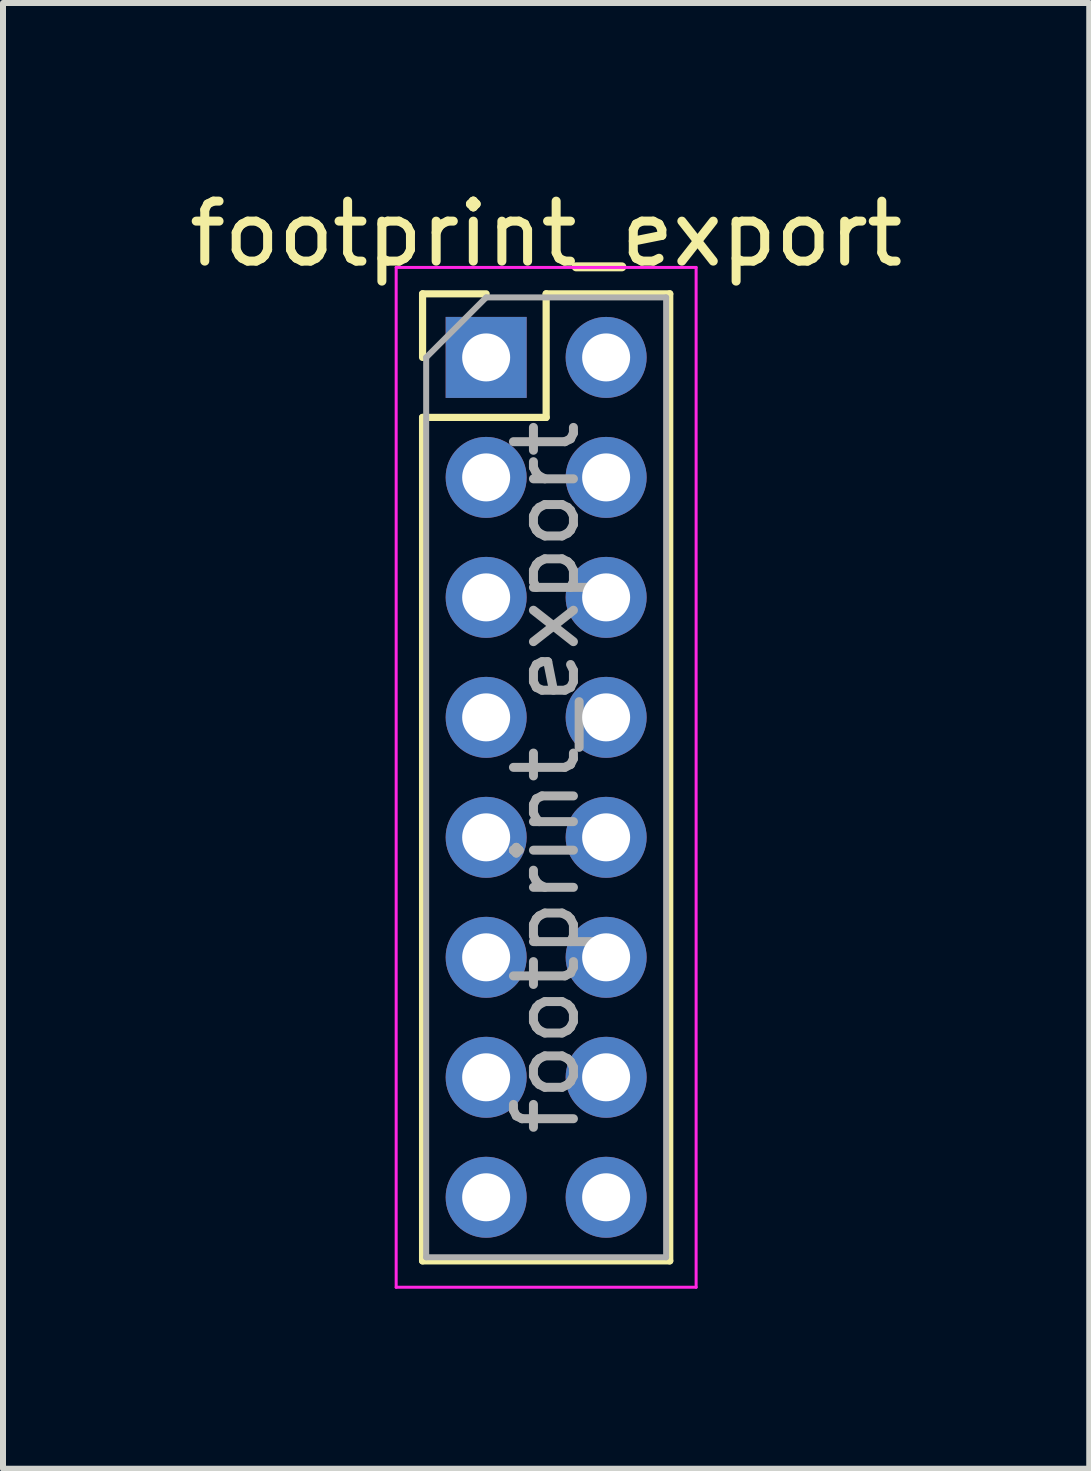
<source format=kicad_pcb>
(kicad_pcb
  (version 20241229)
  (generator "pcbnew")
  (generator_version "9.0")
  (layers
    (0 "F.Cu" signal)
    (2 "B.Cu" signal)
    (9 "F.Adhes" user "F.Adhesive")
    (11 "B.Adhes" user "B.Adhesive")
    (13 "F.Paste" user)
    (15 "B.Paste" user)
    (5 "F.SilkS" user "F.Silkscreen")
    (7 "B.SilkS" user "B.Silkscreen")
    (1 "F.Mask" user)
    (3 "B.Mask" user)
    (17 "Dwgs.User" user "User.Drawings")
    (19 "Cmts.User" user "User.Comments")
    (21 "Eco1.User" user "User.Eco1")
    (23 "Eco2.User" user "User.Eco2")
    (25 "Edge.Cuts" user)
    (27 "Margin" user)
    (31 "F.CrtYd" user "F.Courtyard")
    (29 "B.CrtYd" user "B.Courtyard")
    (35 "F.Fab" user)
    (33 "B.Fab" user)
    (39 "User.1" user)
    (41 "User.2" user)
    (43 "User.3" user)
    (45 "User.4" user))
  (footprint "footprint_export"
    (layer "F.Cu")
    (at 5.054 2.908)
    (property "Reference" "footprint_export" (at 1 -2.06 0) (layer "F.SilkS") (effects (font (size 1 1) (thickness 0.15))))
    (attr through_hole)
    (fp_line (start -1.06 -1.06) (end 0 -1.06) (stroke (width 0.12) (type solid)) (layer "F.SilkS"))
    (fp_line (start -1.06 0) (end -1.06 -1.06) (stroke (width 0.12) (type solid)) (layer "F.SilkS"))
    (fp_line (start -1.06 1) (end -1.06 15.06) (stroke (width 0.12) (type solid)) (layer "F.SilkS"))
    (fp_line (start -1.06 1) (end 1 1) (stroke (width 0.12) (type solid)) (layer "F.SilkS"))
    (fp_line (start -1.06 15.06) (end 3.06 15.06) (stroke (width 0.12) (type solid)) (layer "F.SilkS"))
    (fp_line (start 1 -1.06) (end 3.06 -1.06) (stroke (width 0.12) (type solid)) (layer "F.SilkS"))
    (fp_line (start 1 1) (end 1 -1.06) (stroke (width 0.12) (type solid)) (layer "F.SilkS"))
    (fp_line (start 3.06 -1.06) (end 3.06 15.06) (stroke (width 0.12) (type solid)) (layer "F.SilkS"))
    (fp_line (start -1.5 -1.5) (end -1.5 15.5) (stroke (width 0.05) (type solid)) (layer "F.CrtYd"))
    (fp_line (start -1.5 15.5) (end 3.5 15.5) (stroke (width 0.05) (type solid)) (layer "F.CrtYd"))
    (fp_line (start 3.5 -1.5) (end -1.5 -1.5) (stroke (width 0.05) (type solid)) (layer "F.CrtYd"))
    (fp_line (start 3.5 15.5) (end 3.5 -1.5) (stroke (width 0.05) (type solid)) (layer "F.CrtYd"))
    (fp_line (start -1 0) (end 0 -1) (stroke (width 0.1) (type solid)) (layer "F.Fab"))
    (fp_line (start -1 15) (end -1 0) (stroke (width 0.1) (type solid)) (layer "F.Fab"))
    (fp_line (start 0 -1) (end 3 -1) (stroke (width 0.1) (type solid)) (layer "F.Fab"))
    (fp_line (start 3 -1) (end 3 15) (stroke (width 0.1) (type solid)) (layer "F.Fab"))
    (fp_line (start 3 15) (end -1 15) (stroke (width 0.1) (type solid)) (layer "F.Fab"))
    (fp_text user "${REFERENCE}" (at 1 7 90) (layer "F.Fab") (effects (font (size 1 1) (thickness 0.15))))
    (pad "1" thru_hole rect (at 0 0) (size 1.35 1.35) (drill 0.8) (layers "*.Cu" "*.Mask"))
    (pad "2" thru_hole oval (at 2 0) (size 1.35 1.35) (drill 0.8) (layers "*.Cu" "*.Mask"))
    (pad "3" thru_hole oval (at 0 2) (size 1.35 1.35) (drill 0.8) (layers "*.Cu" "*.Mask"))
    (pad "4" thru_hole oval (at 2 2) (size 1.35 1.35) (drill 0.8) (layers "*.Cu" "*.Mask"))
    (pad "5" thru_hole oval (at 0 4) (size 1.35 1.35) (drill 0.8) (layers "*.Cu" "*.Mask"))
    (pad "6" thru_hole oval (at 2 4) (size 1.35 1.35) (drill 0.8) (layers "*.Cu" "*.Mask"))
    (pad "7" thru_hole oval (at 0 6) (size 1.35 1.35) (drill 0.8) (layers "*.Cu" "*.Mask"))
    (pad "8" thru_hole oval (at 2 6) (size 1.35 1.35) (drill 0.8) (layers "*.Cu" "*.Mask"))
    (pad "9" thru_hole oval (at 0 8) (size 1.35 1.35) (drill 0.8) (layers "*.Cu" "*.Mask"))
    (pad "10" thru_hole oval (at 2 8) (size 1.35 1.35) (drill 0.8) (layers "*.Cu" "*.Mask"))
    (pad "11" thru_hole oval (at 0 10) (size 1.35 1.35) (drill 0.8) (layers "*.Cu" "*.Mask"))
    (pad "12" thru_hole oval (at 2 10) (size 1.35 1.35) (drill 0.8) (layers "*.Cu" "*.Mask"))
    (pad "13" thru_hole oval (at 0 12) (size 1.35 1.35) (drill 0.8) (layers "*.Cu" "*.Mask"))
    (pad "14" thru_hole oval (at 2 12) (size 1.35 1.35) (drill 0.8) (layers "*.Cu" "*.Mask"))
    (pad "15" thru_hole oval (at 0 14) (size 1.35 1.35) (drill 0.8) (layers "*.Cu" "*.Mask"))
    (pad "16" thru_hole oval (at 2 14) (size 1.35 1.35) (drill 0.8) (layers "*.Cu" "*.Mask")))
  (gr_rect
    (start -3 -3)
    (end 15.107 21.433)
    (stroke (width 0.1) (type default))
    (fill no)
    (layer "Edge.Cuts")))
</source>
